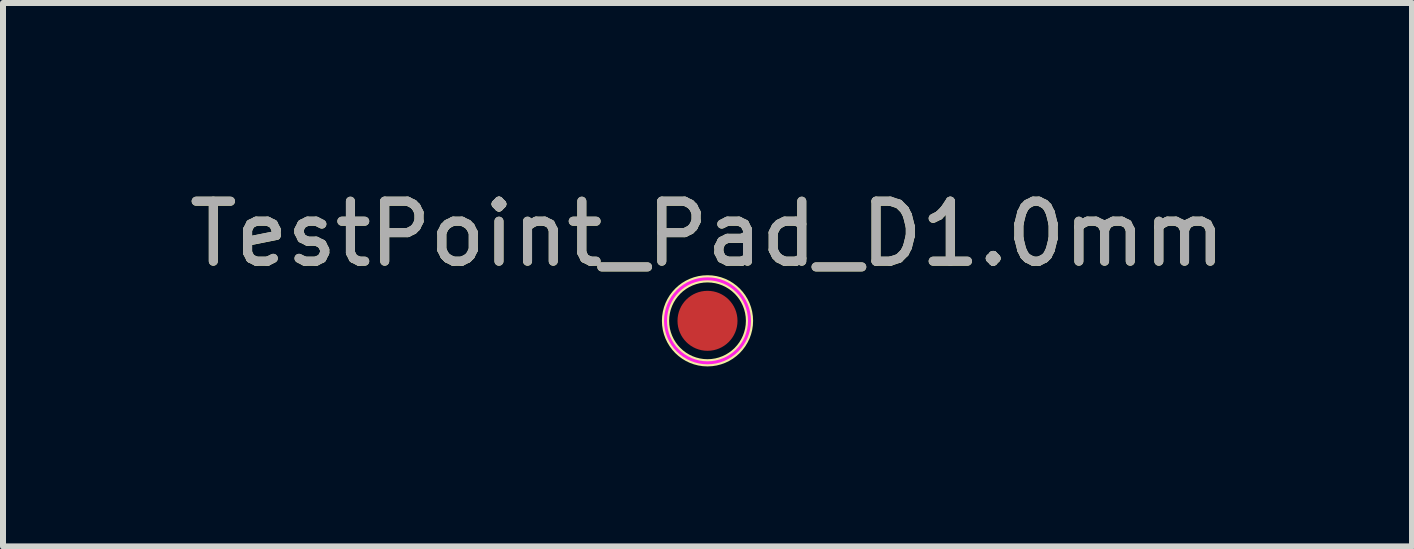
<source format=kicad_pcb>
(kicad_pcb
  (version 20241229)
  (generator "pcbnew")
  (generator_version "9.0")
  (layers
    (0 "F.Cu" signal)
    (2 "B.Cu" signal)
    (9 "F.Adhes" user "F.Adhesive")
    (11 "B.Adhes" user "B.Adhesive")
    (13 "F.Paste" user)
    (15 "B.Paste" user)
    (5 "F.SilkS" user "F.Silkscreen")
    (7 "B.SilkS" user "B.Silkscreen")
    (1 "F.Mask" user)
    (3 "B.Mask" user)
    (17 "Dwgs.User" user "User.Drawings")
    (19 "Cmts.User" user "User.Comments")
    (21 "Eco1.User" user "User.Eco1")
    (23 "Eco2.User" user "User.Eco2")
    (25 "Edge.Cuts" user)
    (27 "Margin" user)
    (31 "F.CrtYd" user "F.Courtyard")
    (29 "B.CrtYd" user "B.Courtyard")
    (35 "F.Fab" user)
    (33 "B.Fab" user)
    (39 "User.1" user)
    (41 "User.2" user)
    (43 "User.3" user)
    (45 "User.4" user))
  (footprint "TestPoint_Pad_D1.0mm"
    (layer "F.Cu")
    (at 8.744 2.298)
    (property "Reference" "TestPoint_Pad_D1.0mm" (at 0 -1.448 0) (layer "F.SilkS") (effects (font (size 1 1) (thickness 0.15))))
    (attr exclude_from_pos_files exclude_from_bom)
    (fp_circle (center 0 0) (end 0 0.7) (stroke (width 0.12) (type solid)) (fill no) (layer "F.SilkS"))
    (fp_circle (center 0 0) (end 0.7 0) (stroke (width 0.05) (type solid)) (fill no) (layer "F.CrtYd"))
    (fp_text user "${REFERENCE}" (at 0 -1.45 0) (layer "F.Fab") (effects (font (size 1 1) (thickness 0.15))))
    (pad "1" smd circle (at 0 0) (size 1 1) (layers "F.Cu" "F.Mask")))
  (gr_rect
    (start -3 -3)
    (end 20.488 6.058)
    (stroke (width 0.1) (type default))
    (fill no)
    (layer "Edge.Cuts")))
</source>
